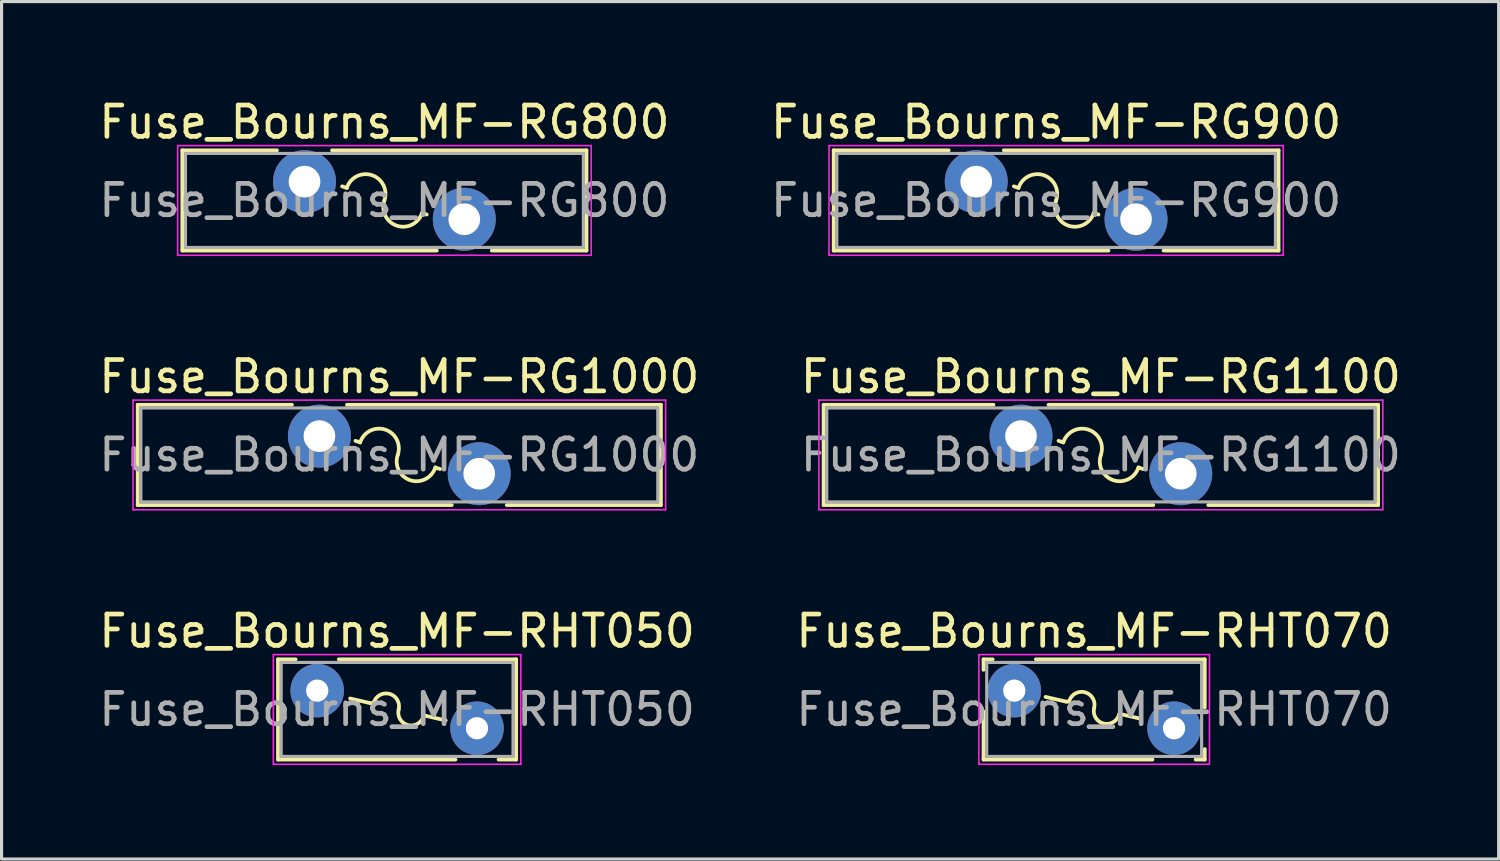
<source format=kicad_pcb>
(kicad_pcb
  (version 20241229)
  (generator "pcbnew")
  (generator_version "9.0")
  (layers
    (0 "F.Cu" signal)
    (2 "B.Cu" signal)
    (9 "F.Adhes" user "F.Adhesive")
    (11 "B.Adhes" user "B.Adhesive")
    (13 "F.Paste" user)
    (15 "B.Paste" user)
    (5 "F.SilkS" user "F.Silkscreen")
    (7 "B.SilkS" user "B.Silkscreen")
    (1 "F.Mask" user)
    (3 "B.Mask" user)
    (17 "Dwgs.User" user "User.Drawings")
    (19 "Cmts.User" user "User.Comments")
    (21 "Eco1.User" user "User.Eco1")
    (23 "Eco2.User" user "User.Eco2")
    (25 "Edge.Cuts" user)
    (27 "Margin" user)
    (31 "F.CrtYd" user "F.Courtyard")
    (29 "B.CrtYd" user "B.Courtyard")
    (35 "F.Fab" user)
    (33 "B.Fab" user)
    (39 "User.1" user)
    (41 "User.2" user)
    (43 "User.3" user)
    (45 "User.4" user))
  (footprint "Fuse_Bourns_MF-RG800"
    (layer "F.Cu")
    (at 6.67 2.748)
    (property "Reference" "Fuse_Bourns_MF-RG800" (at 2.55 -1.9 0) (layer "F.SilkS") (effects (font (size 1 1) (thickness 0.15))))
    (fp_line (start -3.9 -1) (end -3.9 2.2) (stroke (width 0.12) (type solid)) (layer "F.SilkS"))
    (fp_line (start -3.9 -1) (end -0.879 -1) (stroke (width 0.12) (type solid)) (layer "F.SilkS"))
    (fp_line (start -3.9 2.2) (end 4.222 2.2) (stroke (width 0.12) (type solid)) (layer "F.SilkS"))
    (fp_line (start 0.879 -1) (end 9 -1) (stroke (width 0.12) (type solid)) (layer "F.SilkS"))
    (fp_line (start 1.2 0.15) (end 1.35 0.2) (stroke (width 0.12) (type solid)) (layer "F.SilkS"))
    (fp_line (start 3.75 1) (end 3.9 1.05) (stroke (width 0.12) (type solid)) (layer "F.SilkS"))
    (fp_line (start 5.979 2.2) (end 9 2.2) (stroke (width 0.12) (type solid)) (layer "F.SilkS"))
    (fp_line (start 9 -1) (end 9 2.2) (stroke (width 0.12) (type solid)) (layer "F.SilkS"))
    (fp_arc (start 1.350003 0.200002) (mid 2.150001 -0.199998) (end 2.550001 0.6) (stroke (width 0.12) (type solid)) (layer "F.SilkS"))
    (fp_arc (start 3.749999 0.999998) (mid 2.950001 1.399998) (end 2.550001 0.6) (stroke (width 0.12) (type solid)) (layer "F.SilkS"))
    (fp_line (start -4.05 -1.15) (end -4.05 2.35) (stroke (width 0.05) (type solid)) (layer "F.CrtYd"))
    (fp_line (start -4.05 2.35) (end 9.15 2.35) (stroke (width 0.05) (type solid)) (layer "F.CrtYd"))
    (fp_line (start 9.15 -1.15) (end -4.05 -1.15) (stroke (width 0.05) (type solid)) (layer "F.CrtYd"))
    (fp_line (start 9.15 2.35) (end 9.15 -1.15) (stroke (width 0.05) (type solid)) (layer "F.CrtYd"))
    (fp_line (start -3.8 -0.9) (end -3.8 2.1) (stroke (width 0.1) (type solid)) (layer "F.Fab"))
    (fp_line (start -3.8 2.1) (end 8.9 2.1) (stroke (width 0.1) (type solid)) (layer "F.Fab"))
    (fp_line (start 8.9 -0.9) (end -3.8 -0.9) (stroke (width 0.1) (type solid)) (layer "F.Fab"))
    (fp_line (start 8.9 2.1) (end 8.9 -0.9) (stroke (width 0.1) (type solid)) (layer "F.Fab"))
    (fp_text user "${REFERENCE}" (at 2.55 0.6 0) (layer "F.Fab") (effects (font (size 1 1) (thickness 0.15))))
    (pad "1" thru_hole circle (at 0 0) (size 2.01 2.01) (drill 1.01) (layers "*.Cu" "*.Mask"))
    (pad "2" thru_hole circle (at 5.1 1.2) (size 2.01 2.01) (drill 1.01) (layers "*.Cu" "*.Mask")))
  (footprint "Fuse_Bourns_MF-RHT050"
    (layer "F.Cu")
    (at 7.075 18.995)
    (property "Reference" "Fuse_Bourns_MF-RHT050" (at 2.55 -1.9 0) (layer "F.SilkS") (effects (font (size 1 1) (thickness 0.15))))
    (fp_line (start -1.251 -1) (end -1.251 2.2) (stroke (width 0.12) (type solid)) (layer "F.SilkS"))
    (fp_line (start -1.251 -1) (end -0.689 -1) (stroke (width 0.12) (type solid)) (layer "F.SilkS"))
    (fp_line (start -1.251 2.2) (end 4.412 2.2) (stroke (width 0.12) (type solid)) (layer "F.SilkS"))
    (fp_line (start 0.689 -1) (end 6.35 -1) (stroke (width 0.12) (type solid)) (layer "F.SilkS"))
    (fp_line (start 1.05 0.25) (end 1.7 0.4) (stroke (width 0.12) (type solid)) (layer "F.SilkS"))
    (fp_line (start 1.8 0.4) (end 1.7 0.4) (stroke (width 0.12) (type solid)) (layer "F.SilkS"))
    (fp_line (start 3.4 0.8) (end 3.45 0.8) (stroke (width 0.12) (type solid)) (layer "F.SilkS"))
    (fp_line (start 3.45 0.8) (end 4.1 0.95) (stroke (width 0.12) (type solid)) (layer "F.SilkS"))
    (fp_line (start 5.789 2.2) (end 6.35 2.2) (stroke (width 0.12) (type solid)) (layer "F.SilkS"))
    (fp_line (start 6.35 -1) (end 6.35 2.2) (stroke (width 0.12) (type solid)) (layer "F.SilkS"))
    (fp_arc (start 1.800001 0.400001) (mid 2.299999 0.100001) (end 2.599999 0.599999) (stroke (width 0.12) (type solid)) (layer "F.SilkS"))
    (fp_arc (start 3.399999 0.799999) (mid 2.900001 1.099999) (end 2.600001 0.600001) (stroke (width 0.12) (type solid)) (layer "F.SilkS"))
    (fp_line (start -1.4 -1.15) (end -1.4 2.35) (stroke (width 0.05) (type solid)) (layer "F.CrtYd"))
    (fp_line (start -1.4 2.35) (end 6.5 2.35) (stroke (width 0.05) (type solid)) (layer "F.CrtYd"))
    (fp_line (start 6.5 -1.15) (end -1.4 -1.15) (stroke (width 0.05) (type solid)) (layer "F.CrtYd"))
    (fp_line (start 6.5 2.35) (end 6.5 -1.15) (stroke (width 0.05) (type solid)) (layer "F.CrtYd"))
    (fp_line (start -1.15 -0.9) (end -1.15 2.1) (stroke (width 0.1) (type solid)) (layer "F.Fab"))
    (fp_line (start -1.15 2.1) (end 6.25 2.1) (stroke (width 0.1) (type solid)) (layer "F.Fab"))
    (fp_line (start 6.25 -0.9) (end -1.15 -0.9) (stroke (width 0.1) (type solid)) (layer "F.Fab"))
    (fp_line (start 6.25 2.1) (end 6.25 -0.9) (stroke (width 0.1) (type solid)) (layer "F.Fab"))
    (fp_text user "${REFERENCE}" (at 2.55 0.6 0) (layer "F.Fab") (effects (font (size 1 1) (thickness 0.15))))
    (pad "1" thru_hole circle (at 0 0) (size 1.71 1.71) (drill 0.71) (layers "*.Cu" "*.Mask"))
    (pad "2" thru_hole circle (at 5.1 1.2) (size 1.71 1.71) (drill 0.71) (layers "*.Cu" "*.Mask")))
  (footprint "Fuse_Bourns_MF-RG1000"
    (layer "F.Cu")
    (at 7.146 10.871)
    (property "Reference" "Fuse_Bourns_MF-RG1000" (at 2.55 -1.9 0) (layer "F.SilkS") (effects (font (size 1 1) (thickness 0.15))))
    (fp_line (start -5.8 -1) (end -5.8 2.2) (stroke (width 0.12) (type solid)) (layer "F.SilkS"))
    (fp_line (start -5.8 -1) (end -0.879 -1) (stroke (width 0.12) (type solid)) (layer "F.SilkS"))
    (fp_line (start -5.8 2.2) (end 4.222 2.2) (stroke (width 0.12) (type solid)) (layer "F.SilkS"))
    (fp_line (start 0.879 -1) (end 10.9 -1) (stroke (width 0.12) (type solid)) (layer "F.SilkS"))
    (fp_line (start 1.15 0.15) (end 1.3 0.2) (stroke (width 0.12) (type solid)) (layer "F.SilkS"))
    (fp_line (start 3.7 1) (end 3.85 1.05) (stroke (width 0.12) (type solid)) (layer "F.SilkS"))
    (fp_line (start 5.979 2.2) (end 10.9 2.2) (stroke (width 0.12) (type solid)) (layer "F.SilkS"))
    (fp_line (start 10.9 -1) (end 10.9 2.2) (stroke (width 0.12) (type solid)) (layer "F.SilkS"))
    (fp_arc (start 1.300003 0.200002) (mid 2.100001 -0.199998) (end 2.500001 0.6) (stroke (width 0.12) (type solid)) (layer "F.SilkS"))
    (fp_arc (start 3.699999 0.999998) (mid 2.900001 1.399998) (end 2.500001 0.6) (stroke (width 0.12) (type solid)) (layer "F.SilkS"))
    (fp_line (start -5.95 -1.15) (end -5.95 2.35) (stroke (width 0.05) (type solid)) (layer "F.CrtYd"))
    (fp_line (start -5.95 2.35) (end 11.05 2.35) (stroke (width 0.05) (type solid)) (layer "F.CrtYd"))
    (fp_line (start 11.05 -1.15) (end -5.95 -1.15) (stroke (width 0.05) (type solid)) (layer "F.CrtYd"))
    (fp_line (start 11.05 2.35) (end 11.05 -1.15) (stroke (width 0.05) (type solid)) (layer "F.CrtYd"))
    (fp_line (start -5.7 -0.9) (end -5.7 2.1) (stroke (width 0.1) (type solid)) (layer "F.Fab"))
    (fp_line (start -5.7 2.1) (end 10.8 2.1) (stroke (width 0.1) (type solid)) (layer "F.Fab"))
    (fp_line (start 10.8 -0.9) (end -5.7 -0.9) (stroke (width 0.1) (type solid)) (layer "F.Fab"))
    (fp_line (start 10.8 2.1) (end 10.8 -0.9) (stroke (width 0.1) (type solid)) (layer "F.Fab"))
    (fp_text user "${REFERENCE}" (at 2.55 0.6 0) (layer "F.Fab") (effects (font (size 1 1) (thickness 0.15))))
    (pad "1" thru_hole circle (at 0 0) (size 2.01 2.01) (drill 1.01) (layers "*.Cu" "*.Mask"))
    (pad "2" thru_hole circle (at 5.1 1.2) (size 2.01 2.01) (drill 1.01) (layers "*.Cu" "*.Mask")))
  (footprint "Fuse_Bourns_MF-RG1100"
    (layer "F.Cu")
    (at 29.539 10.871)
    (property "Reference" "Fuse_Bourns_MF-RG1100" (at 2.55 -1.9 0) (layer "F.SilkS") (effects (font (size 1 1) (thickness 0.15))))
    (fp_line (start -6.3 -1) (end -6.3 2.2) (stroke (width 0.12) (type solid)) (layer "F.SilkS"))
    (fp_line (start -6.3 -1) (end -0.879 -1) (stroke (width 0.12) (type solid)) (layer "F.SilkS"))
    (fp_line (start -6.3 2.2) (end 4.222 2.2) (stroke (width 0.12) (type solid)) (layer "F.SilkS"))
    (fp_line (start 0.879 -1) (end 11.4 -1) (stroke (width 0.12) (type solid)) (layer "F.SilkS"))
    (fp_line (start 1.2 0.15) (end 1.35 0.2) (stroke (width 0.12) (type solid)) (layer "F.SilkS"))
    (fp_line (start 3.75 1) (end 3.9 1.05) (stroke (width 0.12) (type solid)) (layer "F.SilkS"))
    (fp_line (start 5.979 2.2) (end 11.4 2.2) (stroke (width 0.12) (type solid)) (layer "F.SilkS"))
    (fp_line (start 11.4 -1) (end 11.4 2.2) (stroke (width 0.12) (type solid)) (layer "F.SilkS"))
    (fp_arc (start 1.350003 0.200002) (mid 2.150001 -0.199998) (end 2.550001 0.6) (stroke (width 0.12) (type solid)) (layer "F.SilkS"))
    (fp_arc (start 3.749999 0.999998) (mid 2.950001 1.399998) (end 2.550001 0.6) (stroke (width 0.12) (type solid)) (layer "F.SilkS"))
    (fp_line (start -6.45 -1.15) (end -6.45 2.35) (stroke (width 0.05) (type solid)) (layer "F.CrtYd"))
    (fp_line (start -6.45 2.35) (end 11.55 2.35) (stroke (width 0.05) (type solid)) (layer "F.CrtYd"))
    (fp_line (start 11.55 -1.15) (end -6.45 -1.15) (stroke (width 0.05) (type solid)) (layer "F.CrtYd"))
    (fp_line (start 11.55 2.35) (end 11.55 -1.15) (stroke (width 0.05) (type solid)) (layer "F.CrtYd"))
    (fp_line (start -6.2 -0.9) (end -6.2 2.1) (stroke (width 0.1) (type solid)) (layer "F.Fab"))
    (fp_line (start -6.2 2.1) (end 11.3 2.1) (stroke (width 0.1) (type solid)) (layer "F.Fab"))
    (fp_line (start 11.3 -0.9) (end -6.2 -0.9) (stroke (width 0.1) (type solid)) (layer "F.Fab"))
    (fp_line (start 11.3 2.1) (end 11.3 -0.9) (stroke (width 0.1) (type solid)) (layer "F.Fab"))
    (fp_text user "${REFERENCE}" (at 2.55 0.6 0) (layer "F.Fab") (effects (font (size 1 1) (thickness 0.15))))
    (pad "1" thru_hole circle (at 0 0) (size 2.01 2.01) (drill 1.01) (layers "*.Cu" "*.Mask"))
    (pad "2" thru_hole circle (at 5.1 1.2) (size 2.01 2.01) (drill 1.01) (layers "*.Cu" "*.Mask")))
  (footprint "Fuse_Bourns_MF-RHT070"
    (layer "F.Cu")
    (at 29.325 18.995)
    (property "Reference" "Fuse_Bourns_MF-RHT070" (at 2.55 -1.9 0) (layer "F.SilkS") (effects (font (size 1 1) (thickness 0.15))))
    (fp_line (start -0.981 -1) (end -0.981 -0.665) (stroke (width 0.12) (type solid)) (layer "F.SilkS"))
    (fp_line (start -0.981 -1) (end -0.689 -1) (stroke (width 0.12) (type solid)) (layer "F.SilkS"))
    (fp_line (start -0.981 0.665) (end -0.981 2.2) (stroke (width 0.12) (type solid)) (layer "F.SilkS"))
    (fp_line (start -0.981 2.2) (end 4.412 2.2) (stroke (width 0.12) (type solid)) (layer "F.SilkS"))
    (fp_line (start 0.689 -1) (end 6.08 -1) (stroke (width 0.12) (type solid)) (layer "F.SilkS"))
    (fp_line (start 1 0.2) (end 1.65 0.35) (stroke (width 0.12) (type solid)) (layer "F.SilkS"))
    (fp_line (start 1.75 0.35) (end 1.65 0.35) (stroke (width 0.12) (type solid)) (layer "F.SilkS"))
    (fp_line (start 3.35 0.75) (end 3.4 0.75) (stroke (width 0.12) (type solid)) (layer "F.SilkS"))
    (fp_line (start 3.4 0.75) (end 4.05 0.9) (stroke (width 0.12) (type solid)) (layer "F.SilkS"))
    (fp_line (start 5.789 2.2) (end 6.08 2.2) (stroke (width 0.12) (type solid)) (layer "F.SilkS"))
    (fp_line (start 6.08 -1) (end 6.08 0.536) (stroke (width 0.12) (type solid)) (layer "F.SilkS"))
    (fp_line (start 6.08 1.865) (end 6.08 2.2) (stroke (width 0.12) (type solid)) (layer "F.SilkS"))
    (fp_arc (start 1.750001 0.350001) (mid 2.249999 0.050001) (end 2.549999 0.549999) (stroke (width 0.12) (type solid)) (layer "F.SilkS"))
    (fp_arc (start 3.349999 0.749999) (mid 2.850001 1.049999) (end 2.550001 0.550001) (stroke (width 0.12) (type solid)) (layer "F.SilkS"))
    (fp_line (start -1.13 -1.15) (end -1.13 2.35) (stroke (width 0.05) (type solid)) (layer "F.CrtYd"))
    (fp_line (start -1.13 2.35) (end 6.23 2.35) (stroke (width 0.05) (type solid)) (layer "F.CrtYd"))
    (fp_line (start 6.23 -1.15) (end -1.13 -1.15) (stroke (width 0.05) (type solid)) (layer "F.CrtYd"))
    (fp_line (start 6.23 2.35) (end 6.23 -1.15) (stroke (width 0.05) (type solid)) (layer "F.CrtYd"))
    (fp_line (start -0.88 -0.9) (end -0.88 2.1) (stroke (width 0.1) (type solid)) (layer "F.Fab"))
    (fp_line (start -0.88 2.1) (end 5.98 2.1) (stroke (width 0.1) (type solid)) (layer "F.Fab"))
    (fp_line (start 5.98 -0.9) (end -0.88 -0.9) (stroke (width 0.1) (type solid)) (layer "F.Fab"))
    (fp_line (start 5.98 2.1) (end 5.98 -0.9) (stroke (width 0.1) (type solid)) (layer "F.Fab"))
    (fp_text user "${REFERENCE}" (at 2.55 0.6 0) (layer "F.Fab") (effects (font (size 1 1) (thickness 0.15))))
    (pad "1" thru_hole circle (at 0 0) (size 1.71 1.71) (drill 0.71) (layers "*.Cu" "*.Mask"))
    (pad "2" thru_hole circle (at 5.1 1.2) (size 1.71 1.71) (drill 0.71) (layers "*.Cu" "*.Mask")))
  (footprint "Fuse_Bourns_MF-RG900"
    (layer "F.Cu")
    (at 28.111 2.748)
    (property "Reference" "Fuse_Bourns_MF-RG900" (at 2.55 -1.9 0) (layer "F.SilkS") (effects (font (size 1 1) (thickness 0.15))))
    (fp_line (start -4.55 -1) (end -4.55 2.2) (stroke (width 0.12) (type solid)) (layer "F.SilkS"))
    (fp_line (start -4.55 -1) (end -0.879 -1) (stroke (width 0.12) (type solid)) (layer "F.SilkS"))
    (fp_line (start -4.55 2.2) (end 4.222 2.2) (stroke (width 0.12) (type solid)) (layer "F.SilkS"))
    (fp_line (start 0.879 -1) (end 9.65 -1) (stroke (width 0.12) (type solid)) (layer "F.SilkS"))
    (fp_line (start 1.2 0.15) (end 1.35 0.2) (stroke (width 0.12) (type solid)) (layer "F.SilkS"))
    (fp_line (start 3.75 1) (end 3.9 1.05) (stroke (width 0.12) (type solid)) (layer "F.SilkS"))
    (fp_line (start 5.979 2.2) (end 9.65 2.2) (stroke (width 0.12) (type solid)) (layer "F.SilkS"))
    (fp_line (start 9.65 -1) (end 9.65 2.2) (stroke (width 0.12) (type solid)) (layer "F.SilkS"))
    (fp_arc (start 1.350003 0.200002) (mid 2.150001 -0.199998) (end 2.550001 0.6) (stroke (width 0.12) (type solid)) (layer "F.SilkS"))
    (fp_arc (start 3.749999 0.999998) (mid 2.950001 1.399998) (end 2.550001 0.6) (stroke (width 0.12) (type solid)) (layer "F.SilkS"))
    (fp_line (start -4.7 -1.15) (end -4.7 2.35) (stroke (width 0.05) (type solid)) (layer "F.CrtYd"))
    (fp_line (start -4.7 2.35) (end 9.8 2.35) (stroke (width 0.05) (type solid)) (layer "F.CrtYd"))
    (fp_line (start 9.8 -1.15) (end -4.7 -1.15) (stroke (width 0.05) (type solid)) (layer "F.CrtYd"))
    (fp_line (start 9.8 2.35) (end 9.8 -1.15) (stroke (width 0.05) (type solid)) (layer "F.CrtYd"))
    (fp_line (start -4.45 -0.9) (end -4.45 2.1) (stroke (width 0.1) (type solid)) (layer "F.Fab"))
    (fp_line (start -4.45 2.1) (end 9.55 2.1) (stroke (width 0.1) (type solid)) (layer "F.Fab"))
    (fp_line (start 9.55 -0.9) (end -4.45 -0.9) (stroke (width 0.1) (type solid)) (layer "F.Fab"))
    (fp_line (start 9.55 2.1) (end 9.55 -0.9) (stroke (width 0.1) (type solid)) (layer "F.Fab"))
    (fp_text user "${REFERENCE}" (at 2.55 0.6 0) (layer "F.Fab") (effects (font (size 1 1) (thickness 0.15))))
    (pad "1" thru_hole circle (at 0 0) (size 2.01 2.01) (drill 1.01) (layers "*.Cu" "*.Mask"))
    (pad "2" thru_hole circle (at 5.1 1.2) (size 2.01 2.01) (drill 1.01) (layers "*.Cu" "*.Mask")))
  (gr_rect
    (start -3 -3)
    (end 44.786 24.37)
    (stroke (width 0.1) (type default))
    (fill no)
    (layer "Edge.Cuts")))
</source>
